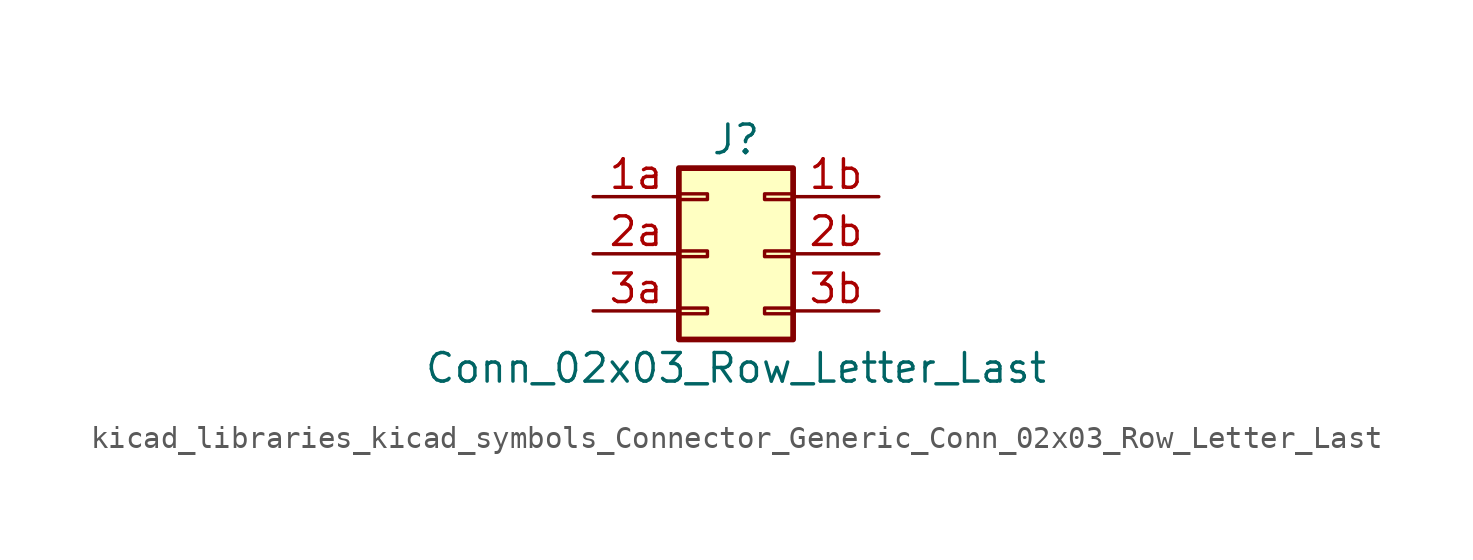
<source format=kicad_sym>
(kicad_symbol_lib
  (version 20220914)
  (generator kicad_symbol_editor)
  (symbol "kicad_libraries_kicad_symbols_Connector_Generic_Conn_02x03_Row_Letter_Last"
    (pin_names
      (offset 1.016) hide)
    (property "Reference" "J"
      (at 1.27 5.08 0)
      (effects (font (size 1.27 1.27))))
    (property "Value" "Conn_02x03_Row_Letter_Last"
      (at 1.27 -5.08 0)
      (effects (font (size 1.27 1.27))))
    (symbol "kicad_libraries_kicad_symbols_Connector_Generic_Conn_02x03_Row_Letter_Last_1_1"
      (rectangle (start -1.27 -2.413) (end 0 -2.667) (stroke (width 0.152) (type default)) (fill (type none)))
      (rectangle (start -1.27 0.127) (end 0 -0.127) (stroke (width 0.152) (type default)) (fill (type none)))
      (rectangle (start -1.27 2.667) (end 0 2.413) (stroke (width 0.152) (type default)) (fill (type none)))
      (rectangle (start -1.27 3.81) (end 3.81 -3.81) (stroke (width 0.254) (type default)) (fill (type background)))
      (rectangle (start 3.81 -2.413) (end 2.54 -2.667) (stroke (width 0.152) (type default)) (fill (type none)))
      (rectangle (start 3.81 0.127) (end 2.54 -0.127) (stroke (width 0.152) (type default)) (fill (type none)))
      (rectangle (start 3.81 2.667) (end 2.54 2.413) (stroke (width 0.152) (type default)) (fill (type none)))
      (pin passive line (at -5.08 2.54 0) (length 3.81) (name "Pin_1a" (effects (font (size 1.27 1.27)))) (number "1a" (effects (font (size 1.27 1.27)))))
      (pin passive line (at 7.62 2.54 180) (length 3.81) (name "Pin_1b" (effects (font (size 1.27 1.27)))) (number "1b" (effects (font (size 1.27 1.27)))))
      (pin passive line (at -5.08 0 0) (length 3.81) (name "Pin_2a" (effects (font (size 1.27 1.27)))) (number "2a" (effects (font (size 1.27 1.27)))))
      (pin passive line (at 7.62 0 180) (length 3.81) (name "Pin_2b" (effects (font (size 1.27 1.27)))) (number "2b" (effects (font (size 1.27 1.27)))))
      (pin passive line (at -5.08 -2.54 0) (length 3.81) (name "Pin_3a" (effects (font (size 1.27 1.27)))) (number "3a" (effects (font (size 1.27 1.27)))))
      (pin passive line (at 7.62 -2.54 180) (length 3.81) (name "Pin_3b" (effects (font (size 1.27 1.27)))) (number "3b" (effects (font (size 1.27 1.27))))))))
</source>
